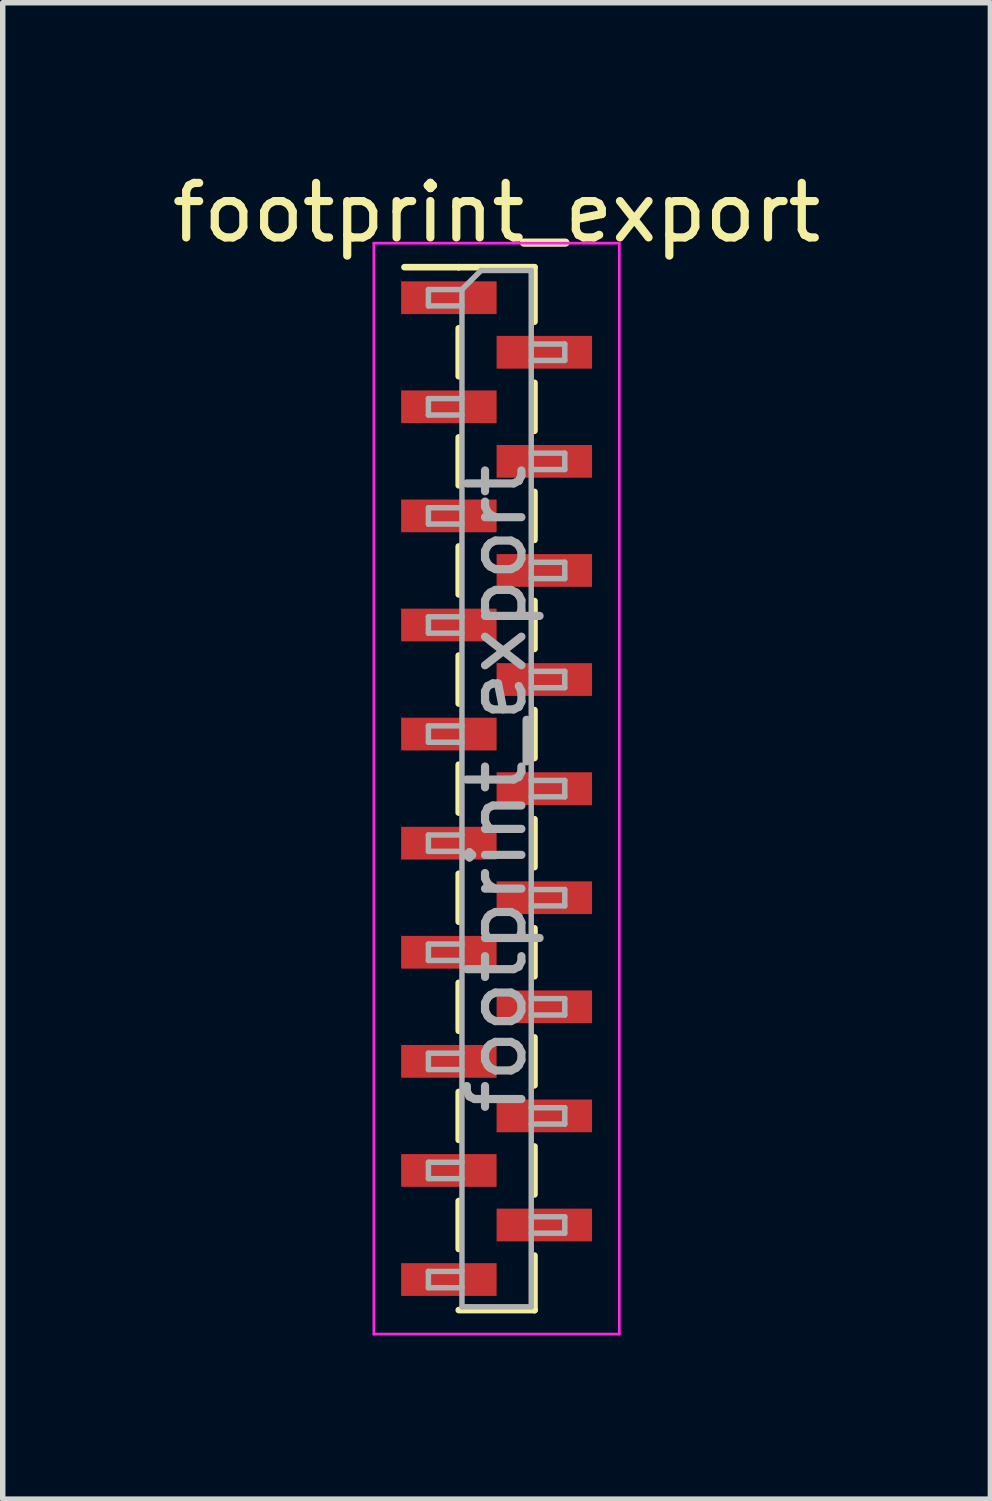
<source format=kicad_pcb>
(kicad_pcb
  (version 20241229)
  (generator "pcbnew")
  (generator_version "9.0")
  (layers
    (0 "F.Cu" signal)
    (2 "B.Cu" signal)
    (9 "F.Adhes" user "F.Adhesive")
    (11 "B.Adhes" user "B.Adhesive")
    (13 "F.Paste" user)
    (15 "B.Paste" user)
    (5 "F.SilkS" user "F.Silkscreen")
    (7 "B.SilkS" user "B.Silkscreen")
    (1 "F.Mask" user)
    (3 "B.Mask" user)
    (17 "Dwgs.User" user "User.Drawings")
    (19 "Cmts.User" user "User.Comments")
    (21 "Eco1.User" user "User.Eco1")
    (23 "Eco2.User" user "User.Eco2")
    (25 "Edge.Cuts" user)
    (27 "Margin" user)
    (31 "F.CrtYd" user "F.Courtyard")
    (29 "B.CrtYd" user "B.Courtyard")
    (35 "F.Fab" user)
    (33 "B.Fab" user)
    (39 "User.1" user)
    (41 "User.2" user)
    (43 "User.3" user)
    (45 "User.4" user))
  (footprint "footprint_export"
    (layer "F.Cu")
    (at 6.054 11.408)
    (property "Reference" "footprint_export" (at 0 -10.56 0) (layer "F.SilkS") (effects (font (size 1 1) (thickness 0.15))))
    (attr smd)
    (fp_line (start -0.695 -9.56) (end -1.69 -9.56) (stroke (width 0.12) (type solid)) (layer "F.SilkS"))
    (fp_line (start -0.695 -9.56) (end -0.695 -9.56) (stroke (width 0.12) (type solid)) (layer "F.SilkS"))
    (fp_line (start -0.695 -9.56) (end 0.695 -9.56) (stroke (width 0.12) (type solid)) (layer "F.SilkS"))
    (fp_line (start -0.695 -8.44) (end -0.695 -7.56) (stroke (width 0.12) (type solid)) (layer "F.SilkS"))
    (fp_line (start -0.695 -6.44) (end -0.695 -5.56) (stroke (width 0.12) (type solid)) (layer "F.SilkS"))
    (fp_line (start -0.695 -4.44) (end -0.695 -3.56) (stroke (width 0.12) (type solid)) (layer "F.SilkS"))
    (fp_line (start -0.695 -2.44) (end -0.695 -1.56) (stroke (width 0.12) (type solid)) (layer "F.SilkS"))
    (fp_line (start -0.695 -0.44) (end -0.695 0.44) (stroke (width 0.12) (type solid)) (layer "F.SilkS"))
    (fp_line (start -0.695 1.56) (end -0.695 2.44) (stroke (width 0.12) (type solid)) (layer "F.SilkS"))
    (fp_line (start -0.695 3.56) (end -0.695 4.44) (stroke (width 0.12) (type solid)) (layer "F.SilkS"))
    (fp_line (start -0.695 5.56) (end -0.695 6.44) (stroke (width 0.12) (type solid)) (layer "F.SilkS"))
    (fp_line (start -0.695 7.56) (end -0.695 8.44) (stroke (width 0.12) (type solid)) (layer "F.SilkS"))
    (fp_line (start -0.695 9.56) (end 0.695 9.56) (stroke (width 0.12) (type solid)) (layer "F.SilkS"))
    (fp_line (start 0.695 -9.56) (end 0.695 -8.56) (stroke (width 0.12) (type solid)) (layer "F.SilkS"))
    (fp_line (start 0.695 -7.44) (end 0.695 -6.56) (stroke (width 0.12) (type solid)) (layer "F.SilkS"))
    (fp_line (start 0.695 -5.44) (end 0.695 -4.56) (stroke (width 0.12) (type solid)) (layer "F.SilkS"))
    (fp_line (start 0.695 -3.44) (end 0.695 -2.56) (stroke (width 0.12) (type solid)) (layer "F.SilkS"))
    (fp_line (start 0.695 -1.44) (end 0.695 -0.56) (stroke (width 0.12) (type solid)) (layer "F.SilkS"))
    (fp_line (start 0.695 0.56) (end 0.695 1.44) (stroke (width 0.12) (type solid)) (layer "F.SilkS"))
    (fp_line (start 0.695 2.56) (end 0.695 3.44) (stroke (width 0.12) (type solid)) (layer "F.SilkS"))
    (fp_line (start 0.695 4.56) (end 0.695 5.44) (stroke (width 0.12) (type solid)) (layer "F.SilkS"))
    (fp_line (start 0.695 6.56) (end 0.695 7.44) (stroke (width 0.12) (type solid)) (layer "F.SilkS"))
    (fp_line (start 0.695 8.56) (end 0.695 9.56) (stroke (width 0.12) (type solid)) (layer "F.SilkS"))
    (fp_line (start 0.695 9.56) (end 0.695 9.56) (stroke (width 0.12) (type solid)) (layer "F.SilkS"))
    (fp_line (start -2.25 -10) (end -2.25 10) (stroke (width 0.05) (type solid)) (layer "F.CrtYd"))
    (fp_line (start -2.25 10) (end 2.25 10) (stroke (width 0.05) (type solid)) (layer "F.CrtYd"))
    (fp_line (start 2.25 -10) (end -2.25 -10) (stroke (width 0.05) (type solid)) (layer "F.CrtYd"))
    (fp_line (start 2.25 10) (end 2.25 -10) (stroke (width 0.05) (type solid)) (layer "F.CrtYd"))
    (fp_line (start -1.25 -9.15) (end -1.25 -8.85) (stroke (width 0.1) (type solid)) (layer "F.Fab"))
    (fp_line (start -1.25 -8.85) (end -0.635 -8.85) (stroke (width 0.1) (type solid)) (layer "F.Fab"))
    (fp_line (start -1.25 -7.15) (end -1.25 -6.85) (stroke (width 0.1) (type solid)) (layer "F.Fab"))
    (fp_line (start -1.25 -6.85) (end -0.635 -6.85) (stroke (width 0.1) (type solid)) (layer "F.Fab"))
    (fp_line (start -1.25 -5.15) (end -1.25 -4.85) (stroke (width 0.1) (type solid)) (layer "F.Fab"))
    (fp_line (start -1.25 -4.85) (end -0.635 -4.85) (stroke (width 0.1) (type solid)) (layer "F.Fab"))
    (fp_line (start -1.25 -3.15) (end -1.25 -2.85) (stroke (width 0.1) (type solid)) (layer "F.Fab"))
    (fp_line (start -1.25 -2.85) (end -0.635 -2.85) (stroke (width 0.1) (type solid)) (layer "F.Fab"))
    (fp_line (start -1.25 -1.15) (end -1.25 -0.85) (stroke (width 0.1) (type solid)) (layer "F.Fab"))
    (fp_line (start -1.25 -0.85) (end -0.635 -0.85) (stroke (width 0.1) (type solid)) (layer "F.Fab"))
    (fp_line (start -1.25 0.85) (end -1.25 1.15) (stroke (width 0.1) (type solid)) (layer "F.Fab"))
    (fp_line (start -1.25 1.15) (end -0.635 1.15) (stroke (width 0.1) (type solid)) (layer "F.Fab"))
    (fp_line (start -1.25 2.85) (end -1.25 3.15) (stroke (width 0.1) (type solid)) (layer "F.Fab"))
    (fp_line (start -1.25 3.15) (end -0.635 3.15) (stroke (width 0.1) (type solid)) (layer "F.Fab"))
    (fp_line (start -1.25 4.85) (end -1.25 5.15) (stroke (width 0.1) (type solid)) (layer "F.Fab"))
    (fp_line (start -1.25 5.15) (end -0.635 5.15) (stroke (width 0.1) (type solid)) (layer "F.Fab"))
    (fp_line (start -1.25 6.85) (end -1.25 7.15) (stroke (width 0.1) (type solid)) (layer "F.Fab"))
    (fp_line (start -1.25 7.15) (end -0.635 7.15) (stroke (width 0.1) (type solid)) (layer "F.Fab"))
    (fp_line (start -1.25 8.85) (end -1.25 9.15) (stroke (width 0.1) (type solid)) (layer "F.Fab"))
    (fp_line (start -1.25 9.15) (end -0.635 9.15) (stroke (width 0.1) (type solid)) (layer "F.Fab"))
    (fp_line (start -0.635 -9.15) (end -1.25 -9.15) (stroke (width 0.1) (type solid)) (layer "F.Fab"))
    (fp_line (start -0.635 -9.15) (end -0.285 -9.5) (stroke (width 0.1) (type solid)) (layer "F.Fab"))
    (fp_line (start -0.635 -7.15) (end -1.25 -7.15) (stroke (width 0.1) (type solid)) (layer "F.Fab"))
    (fp_line (start -0.635 -5.15) (end -1.25 -5.15) (stroke (width 0.1) (type solid)) (layer "F.Fab"))
    (fp_line (start -0.635 -3.15) (end -1.25 -3.15) (stroke (width 0.1) (type solid)) (layer "F.Fab"))
    (fp_line (start -0.635 -1.15) (end -1.25 -1.15) (stroke (width 0.1) (type solid)) (layer "F.Fab"))
    (fp_line (start -0.635 0.85) (end -1.25 0.85) (stroke (width 0.1) (type solid)) (layer "F.Fab"))
    (fp_line (start -0.635 2.85) (end -1.25 2.85) (stroke (width 0.1) (type solid)) (layer "F.Fab"))
    (fp_line (start -0.635 4.85) (end -1.25 4.85) (stroke (width 0.1) (type solid)) (layer "F.Fab"))
    (fp_line (start -0.635 6.85) (end -1.25 6.85) (stroke (width 0.1) (type solid)) (layer "F.Fab"))
    (fp_line (start -0.635 8.85) (end -1.25 8.85) (stroke (width 0.1) (type solid)) (layer "F.Fab"))
    (fp_line (start -0.635 9.5) (end -0.635 -9.15) (stroke (width 0.1) (type solid)) (layer "F.Fab"))
    (fp_line (start -0.285 -9.5) (end 0.635 -9.5) (stroke (width 0.1) (type solid)) (layer "F.Fab"))
    (fp_line (start 0.635 -9.5) (end 0.635 9.5) (stroke (width 0.1) (type solid)) (layer "F.Fab"))
    (fp_line (start 0.635 -8.15) (end 1.25 -8.15) (stroke (width 0.1) (type solid)) (layer "F.Fab"))
    (fp_line (start 0.635 -6.15) (end 1.25 -6.15) (stroke (width 0.1) (type solid)) (layer "F.Fab"))
    (fp_line (start 0.635 -4.15) (end 1.25 -4.15) (stroke (width 0.1) (type solid)) (layer "F.Fab"))
    (fp_line (start 0.635 -2.15) (end 1.25 -2.15) (stroke (width 0.1) (type solid)) (layer "F.Fab"))
    (fp_line (start 0.635 -0.15) (end 1.25 -0.15) (stroke (width 0.1) (type solid)) (layer "F.Fab"))
    (fp_line (start 0.635 1.85) (end 1.25 1.85) (stroke (width 0.1) (type solid)) (layer "F.Fab"))
    (fp_line (start 0.635 3.85) (end 1.25 3.85) (stroke (width 0.1) (type solid)) (layer "F.Fab"))
    (fp_line (start 0.635 5.85) (end 1.25 5.85) (stroke (width 0.1) (type solid)) (layer "F.Fab"))
    (fp_line (start 0.635 7.85) (end 1.25 7.85) (stroke (width 0.1) (type solid)) (layer "F.Fab"))
    (fp_line (start 0.635 9.5) (end -0.635 9.5) (stroke (width 0.1) (type solid)) (layer "F.Fab"))
    (fp_line (start 1.25 -8.15) (end 1.25 -7.85) (stroke (width 0.1) (type solid)) (layer "F.Fab"))
    (fp_line (start 1.25 -7.85) (end 0.635 -7.85) (stroke (width 0.1) (type solid)) (layer "F.Fab"))
    (fp_line (start 1.25 -6.15) (end 1.25 -5.85) (stroke (width 0.1) (type solid)) (layer "F.Fab"))
    (fp_line (start 1.25 -5.85) (end 0.635 -5.85) (stroke (width 0.1) (type solid)) (layer "F.Fab"))
    (fp_line (start 1.25 -4.15) (end 1.25 -3.85) (stroke (width 0.1) (type solid)) (layer "F.Fab"))
    (fp_line (start 1.25 -3.85) (end 0.635 -3.85) (stroke (width 0.1) (type solid)) (layer "F.Fab"))
    (fp_line (start 1.25 -2.15) (end 1.25 -1.85) (stroke (width 0.1) (type solid)) (layer "F.Fab"))
    (fp_line (start 1.25 -1.85) (end 0.635 -1.85) (stroke (width 0.1) (type solid)) (layer "F.Fab"))
    (fp_line (start 1.25 -0.15) (end 1.25 0.15) (stroke (width 0.1) (type solid)) (layer "F.Fab"))
    (fp_line (start 1.25 0.15) (end 0.635 0.15) (stroke (width 0.1) (type solid)) (layer "F.Fab"))
    (fp_line (start 1.25 1.85) (end 1.25 2.15) (stroke (width 0.1) (type solid)) (layer "F.Fab"))
    (fp_line (start 1.25 2.15) (end 0.635 2.15) (stroke (width 0.1) (type solid)) (layer "F.Fab"))
    (fp_line (start 1.25 3.85) (end 1.25 4.15) (stroke (width 0.1) (type solid)) (layer "F.Fab"))
    (fp_line (start 1.25 4.15) (end 0.635 4.15) (stroke (width 0.1) (type solid)) (layer "F.Fab"))
    (fp_line (start 1.25 5.85) (end 1.25 6.15) (stroke (width 0.1) (type solid)) (layer "F.Fab"))
    (fp_line (start 1.25 6.15) (end 0.635 6.15) (stroke (width 0.1) (type solid)) (layer "F.Fab"))
    (fp_line (start 1.25 7.85) (end 1.25 8.15) (stroke (width 0.1) (type solid)) (layer "F.Fab"))
    (fp_line (start 1.25 8.15) (end 0.635 8.15) (stroke (width 0.1) (type solid)) (layer "F.Fab"))
    (fp_text user "${REFERENCE}" (at 0 0 90) (layer "F.Fab") (effects (font (size 1 1) (thickness 0.15))))
    (pad "1" smd rect (at -0.875 -9) (size 1.75 0.6) (layers "F.Cu" "F.Mask" "F.Paste"))
    (pad "2" smd rect (at 0.875 -8) (size 1.75 0.6) (layers "F.Cu" "F.Mask" "F.Paste"))
    (pad "3" smd rect (at -0.875 -7) (size 1.75 0.6) (layers "F.Cu" "F.Mask" "F.Paste"))
    (pad "4" smd rect (at 0.875 -6) (size 1.75 0.6) (layers "F.Cu" "F.Mask" "F.Paste"))
    (pad "5" smd rect (at -0.875 -5) (size 1.75 0.6) (layers "F.Cu" "F.Mask" "F.Paste"))
    (pad "6" smd rect (at 0.875 -4) (size 1.75 0.6) (layers "F.Cu" "F.Mask" "F.Paste"))
    (pad "7" smd rect (at -0.875 -3) (size 1.75 0.6) (layers "F.Cu" "F.Mask" "F.Paste"))
    (pad "8" smd rect (at 0.875 -2) (size 1.75 0.6) (layers "F.Cu" "F.Mask" "F.Paste"))
    (pad "9" smd rect (at -0.875 -1) (size 1.75 0.6) (layers "F.Cu" "F.Mask" "F.Paste"))
    (pad "10" smd rect (at 0.875 0) (size 1.75 0.6) (layers "F.Cu" "F.Mask" "F.Paste"))
    (pad "11" smd rect (at -0.875 1) (size 1.75 0.6) (layers "F.Cu" "F.Mask" "F.Paste"))
    (pad "12" smd rect (at 0.875 2) (size 1.75 0.6) (layers "F.Cu" "F.Mask" "F.Paste"))
    (pad "13" smd rect (at -0.875 3) (size 1.75 0.6) (layers "F.Cu" "F.Mask" "F.Paste"))
    (pad "14" smd rect (at 0.875 4) (size 1.75 0.6) (layers "F.Cu" "F.Mask" "F.Paste"))
    (pad "15" smd rect (at -0.875 5) (size 1.75 0.6) (layers "F.Cu" "F.Mask" "F.Paste"))
    (pad "16" smd rect (at 0.875 6) (size 1.75 0.6) (layers "F.Cu" "F.Mask" "F.Paste"))
    (pad "17" smd rect (at -0.875 7) (size 1.75 0.6) (layers "F.Cu" "F.Mask" "F.Paste"))
    (pad "18" smd rect (at 0.875 8) (size 1.75 0.6) (layers "F.Cu" "F.Mask" "F.Paste"))
    (pad "19" smd rect (at -0.875 9) (size 1.75 0.6) (layers "F.Cu" "F.Mask" "F.Paste")))
  (gr_rect
    (start -3 -3)
    (end 15.107 24.433)
    (stroke (width 0.1) (type default))
    (fill no)
    (layer "Edge.Cuts")))
</source>
